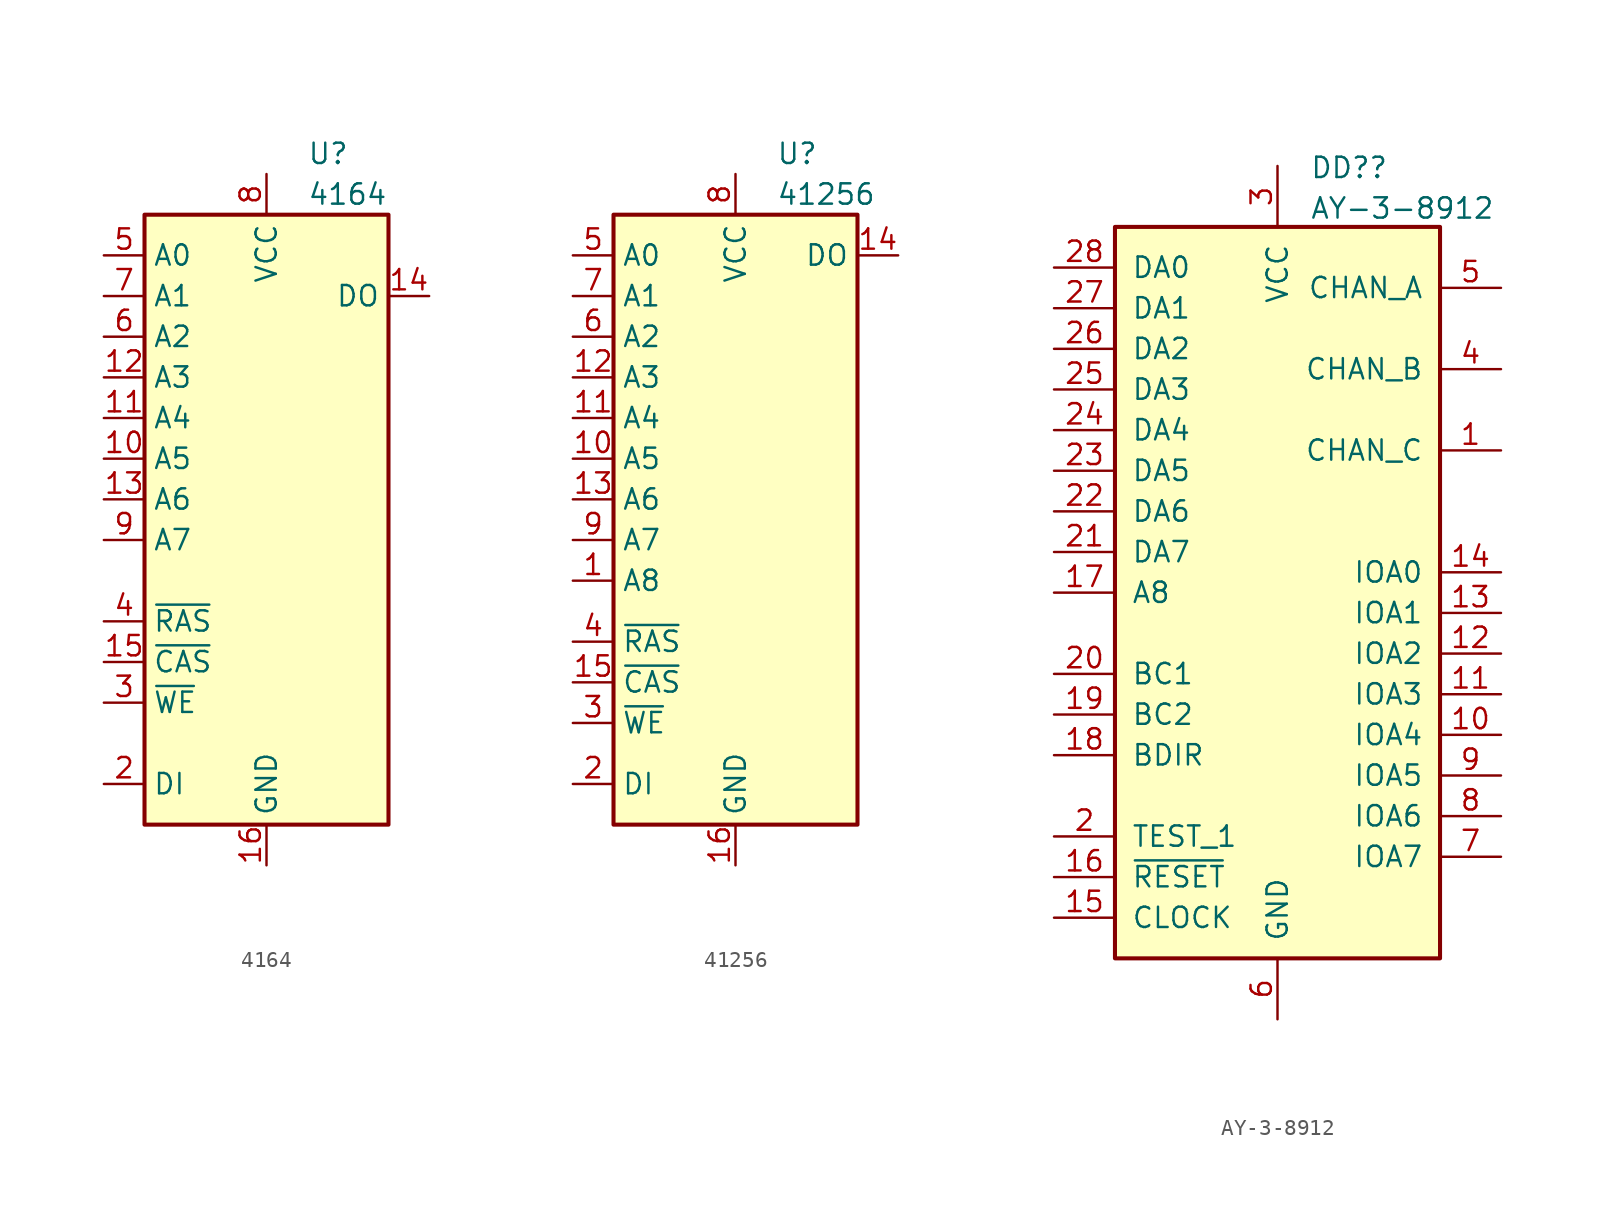
<source format=kicad_sym>
(kicad_symbol_lib
  (version 20211014)
  (generator kicad_symbol_editor)
  (symbol "4164"
    (property "Reference" "U"
      (at 2.54 22.86 0)
      (effects (font (size 1.27 1.27)) (justify left)))
    (property "Value" "4164"
      (at 2.54 20.32 0)
      (effects (font (size 1.27 1.27)) (justify left)))
    (symbol "4164_0_1"
      (rectangle (start -7.62 19.05) (end 7.62 -19.05) (stroke (width 0.254) (type default) (color 0 0 0 0)) (fill (type background))))
    (symbol "4164_1_1"
      (pin no_connect line (at -10.16 -3.81 0) (length 2.54) hide (name "NC" (effects (font (size 1.27 1.27)))) (number "1" (effects (font (size 1.27 1.27)))))
      (pin input line (at -10.16 3.81 0) (length 2.54) (name "A5" (effects (font (size 1.27 1.27)))) (number "10" (effects (font (size 1.27 1.27)))))
      (pin input line (at -10.16 6.35 0) (length 2.54) (name "A4" (effects (font (size 1.27 1.27)))) (number "11" (effects (font (size 1.27 1.27)))))
      (pin input line (at -10.16 8.89 0) (length 2.54) (name "A3" (effects (font (size 1.27 1.27)))) (number "12" (effects (font (size 1.27 1.27)))))
      (pin input line (at -10.16 1.27 0) (length 2.54) (name "A6" (effects (font (size 1.27 1.27)))) (number "13" (effects (font (size 1.27 1.27)))))
      (pin output line (at 10.16 13.97 180) (length 2.54) (name "DO" (effects (font (size 1.27 1.27)))) (number "14" (effects (font (size 1.27 1.27)))))
      (pin input line (at -10.16 -8.89 0) (length 2.54) (name "~{CAS}" (effects (font (size 1.27 1.27)))) (number "15" (effects (font (size 1.27 1.27)))))
      (pin power_in line (at 0 -21.59 90) (length 2.54) (name "GND" (effects (font (size 1.27 1.27)))) (number "16" (effects (font (size 1.27 1.27)))))
      (pin input line (at -10.16 -16.51 0) (length 2.54) (name "DI" (effects (font (size 1.27 1.27)))) (number "2" (effects (font (size 1.27 1.27)))))
      (pin input line (at -10.16 -11.43 0) (length 2.54) (name "~{WE}" (effects (font (size 1.27 1.27)))) (number "3" (effects (font (size 1.27 1.27)))))
      (pin input line (at -10.16 -6.35 0) (length 2.54) (name "~{RAS}" (effects (font (size 1.27 1.27)))) (number "4" (effects (font (size 1.27 1.27)))))
      (pin input line (at -10.16 16.51 0) (length 2.54) (name "A0" (effects (font (size 1.27 1.27)))) (number "5" (effects (font (size 1.27 1.27)))))
      (pin input line (at -10.16 11.43 0) (length 2.54) (name "A2" (effects (font (size 1.27 1.27)))) (number "6" (effects (font (size 1.27 1.27)))))
      (pin input line (at -10.16 13.97 0) (length 2.54) (name "A1" (effects (font (size 1.27 1.27)))) (number "7" (effects (font (size 1.27 1.27)))))
      (pin power_in line (at 0 21.59 270) (length 2.54) (name "VCC" (effects (font (size 1.27 1.27)))) (number "8" (effects (font (size 1.27 1.27)))))
      (pin input line (at -10.16 -1.27 0) (length 2.54) (name "A7" (effects (font (size 1.27 1.27)))) (number "9" (effects (font (size 1.27 1.27)))))))
  (symbol "41256"
    (property "Reference" "U"
      (at 2.54 22.86 0)
      (effects (font (size 1.27 1.27)) (justify left)))
    (property "Value" "41256"
      (at 2.54 20.32 0)
      (effects (font (size 1.27 1.27)) (justify left)))
    (symbol "41256_0_1"
      (rectangle (start -7.62 19.05) (end 7.62 -19.05) (stroke (width 0.254) (type default) (color 0 0 0 0)) (fill (type background))))
    (symbol "41256_1_1"
      (pin input line (at -10.16 -3.81 0) (length 2.54) (name "A8" (effects (font (size 1.27 1.27)))) (number "1" (effects (font (size 1.27 1.27)))))
      (pin input line (at -10.16 3.81 0) (length 2.54) (name "A5" (effects (font (size 1.27 1.27)))) (number "10" (effects (font (size 1.27 1.27)))))
      (pin input line (at -10.16 6.35 0) (length 2.54) (name "A4" (effects (font (size 1.27 1.27)))) (number "11" (effects (font (size 1.27 1.27)))))
      (pin input line (at -10.16 8.89 0) (length 2.54) (name "A3" (effects (font (size 1.27 1.27)))) (number "12" (effects (font (size 1.27 1.27)))))
      (pin input line (at -10.16 1.27 0) (length 2.54) (name "A6" (effects (font (size 1.27 1.27)))) (number "13" (effects (font (size 1.27 1.27)))))
      (pin output line (at 10.16 16.51 180) (length 2.54) (name "DO" (effects (font (size 1.27 1.27)))) (number "14" (effects (font (size 1.27 1.27)))))
      (pin input line (at -10.16 -10.16 0) (length 2.54) (name "~{CAS}" (effects (font (size 1.27 1.27)))) (number "15" (effects (font (size 1.27 1.27)))))
      (pin power_in line (at 0 -21.59 90) (length 2.54) (name "GND" (effects (font (size 1.27 1.27)))) (number "16" (effects (font (size 1.27 1.27)))))
      (pin input line (at -10.16 -16.51 0) (length 2.54) (name "DI" (effects (font (size 1.27 1.27)))) (number "2" (effects (font (size 1.27 1.27)))))
      (pin input line (at -10.16 -12.7 0) (length 2.54) (name "~{WE}" (effects (font (size 1.27 1.27)))) (number "3" (effects (font (size 1.27 1.27)))))
      (pin input line (at -10.16 -7.62 0) (length 2.54) (name "~{RAS}" (effects (font (size 1.27 1.27)))) (number "4" (effects (font (size 1.27 1.27)))))
      (pin input line (at -10.16 16.51 0) (length 2.54) (name "A0" (effects (font (size 1.27 1.27)))) (number "5" (effects (font (size 1.27 1.27)))))
      (pin input line (at -10.16 11.43 0) (length 2.54) (name "A2" (effects (font (size 1.27 1.27)))) (number "6" (effects (font (size 1.27 1.27)))))
      (pin input line (at -10.16 13.97 0) (length 2.54) (name "A1" (effects (font (size 1.27 1.27)))) (number "7" (effects (font (size 1.27 1.27)))))
      (pin power_in line (at 0 21.59 270) (length 2.54) (name "VCC" (effects (font (size 1.27 1.27)))) (number "8" (effects (font (size 1.27 1.27)))))
      (pin input line (at -10.16 -1.27 0) (length 2.54) (name "A7" (effects (font (size 1.27 1.27)))) (number "9" (effects (font (size 1.27 1.27)))))))
  (symbol "AY-3-8912"
    (pin_names
      (offset 1.016))
    (property "Reference" "DD?"
      (at 2.019 26.56 0)
      (effects (font (size 1.27 1.27)) (justify left)))
    (property "Value" "AY-3-8912"
      (at 2.019 24.023 0)
      (effects (font (size 1.27 1.27)) (justify left)))
    (symbol "AY-3-8912_0_0"
      (pin bidirectional line (at -13.97 17.78 0) (length 3.81) (name "DA1" (effects (font (size 1.27 1.27)))) (number "27" (effects (font (size 1.27 1.27))))))
    (symbol "AY-3-8912_0_1"
      (rectangle (start -10.16 22.86) (end 10.16 -22.86) (stroke (width 0.254) (type default) (color 0 0 0 0)) (fill (type background))))
    (symbol "AY-3-8912_1_1"
      (pin output line (at 13.97 8.89 180) (length 3.81) (name "CHAN_C" (effects (font (size 1.27 1.27)))) (number "1" (effects (font (size 1.27 1.27)))))
      (pin bidirectional line (at 13.97 -8.89 180) (length 3.81) (name "IOA4" (effects (font (size 1.27 1.27)))) (number "10" (effects (font (size 1.27 1.27)))))
      (pin bidirectional line (at 13.97 -6.35 180) (length 3.81) (name "IOA3" (effects (font (size 1.27 1.27)))) (number "11" (effects (font (size 1.27 1.27)))))
      (pin bidirectional line (at 13.97 -3.81 180) (length 3.81) (name "IOA2" (effects (font (size 1.27 1.27)))) (number "12" (effects (font (size 1.27 1.27)))))
      (pin bidirectional line (at 13.97 -1.27 180) (length 3.81) (name "IOA1" (effects (font (size 1.27 1.27)))) (number "13" (effects (font (size 1.27 1.27)))))
      (pin bidirectional line (at 13.97 1.27 180) (length 3.81) (name "IOA0" (effects (font (size 1.27 1.27)))) (number "14" (effects (font (size 1.27 1.27)))))
      (pin input line (at -13.97 -20.32 0) (length 3.81) (name "CLOCK" (effects (font (size 1.27 1.27)))) (number "15" (effects (font (size 1.27 1.27)))))
      (pin input line (at -13.97 -17.78 0) (length 3.81) (name "~{RESET}" (effects (font (size 1.27 1.27)))) (number "16" (effects (font (size 1.27 1.27)))))
      (pin input line (at -13.97 0 0) (length 3.81) (name "A8" (effects (font (size 1.27 1.27)))) (number "17" (effects (font (size 1.27 1.27)))))
      (pin input line (at -13.97 -10.16 0) (length 3.81) (name "BDIR" (effects (font (size 1.27 1.27)))) (number "18" (effects (font (size 1.27 1.27)))))
      (pin input line (at -13.97 -7.62 0) (length 3.81) (name "BC2" (effects (font (size 1.27 1.27)))) (number "19" (effects (font (size 1.27 1.27)))))
      (pin bidirectional line (at -13.97 -15.24 0) (length 3.81) (name "TEST_1" (effects (font (size 1.27 1.27)))) (number "2" (effects (font (size 1.27 1.27)))))
      (pin input line (at -13.97 -5.08 0) (length 3.81) (name "BC1" (effects (font (size 1.27 1.27)))) (number "20" (effects (font (size 1.27 1.27)))))
      (pin bidirectional line (at -13.97 2.54 0) (length 3.81) (name "DA7" (effects (font (size 1.27 1.27)))) (number "21" (effects (font (size 1.27 1.27)))))
      (pin bidirectional line (at -13.97 5.08 0) (length 3.81) (name "DA6" (effects (font (size 1.27 1.27)))) (number "22" (effects (font (size 1.27 1.27)))))
      (pin bidirectional line (at -13.97 7.62 0) (length 3.81) (name "DA5" (effects (font (size 1.27 1.27)))) (number "23" (effects (font (size 1.27 1.27)))))
      (pin bidirectional line (at -13.97 10.16 0) (length 3.81) (name "DA4" (effects (font (size 1.27 1.27)))) (number "24" (effects (font (size 1.27 1.27)))))
      (pin bidirectional line (at -13.97 12.7 0) (length 3.81) (name "DA3" (effects (font (size 1.27 1.27)))) (number "25" (effects (font (size 1.27 1.27)))))
      (pin bidirectional line (at -13.97 15.24 0) (length 3.81) (name "DA2" (effects (font (size 1.27 1.27)))) (number "26" (effects (font (size 1.27 1.27)))))
      (pin bidirectional line (at -13.97 20.32 0) (length 3.81) (name "DA0" (effects (font (size 1.27 1.27)))) (number "28" (effects (font (size 1.27 1.27)))))
      (pin power_in line (at 0 26.67 270) (length 3.81) (name "VCC" (effects (font (size 1.27 1.27)))) (number "3" (effects (font (size 1.27 1.27)))))
      (pin output line (at 13.97 13.97 180) (length 3.81) (name "CHAN_B" (effects (font (size 1.27 1.27)))) (number "4" (effects (font (size 1.27 1.27)))))
      (pin output line (at 13.97 19.05 180) (length 3.81) (name "CHAN_A" (effects (font (size 1.27 1.27)))) (number "5" (effects (font (size 1.27 1.27)))))
      (pin power_in line (at 0 -26.67 90) (length 3.81) (name "GND" (effects (font (size 1.27 1.27)))) (number "6" (effects (font (size 1.27 1.27)))))
      (pin bidirectional line (at 13.97 -16.51 180) (length 3.81) (name "IOA7" (effects (font (size 1.27 1.27)))) (number "7" (effects (font (size 1.27 1.27)))))
      (pin bidirectional line (at 13.97 -13.97 180) (length 3.81) (name "IOA6" (effects (font (size 1.27 1.27)))) (number "8" (effects (font (size 1.27 1.27)))))
      (pin bidirectional line (at 13.97 -11.43 180) (length 3.81) (name "IOA5" (effects (font (size 1.27 1.27)))) (number "9" (effects (font (size 1.27 1.27))))))))
</source>
